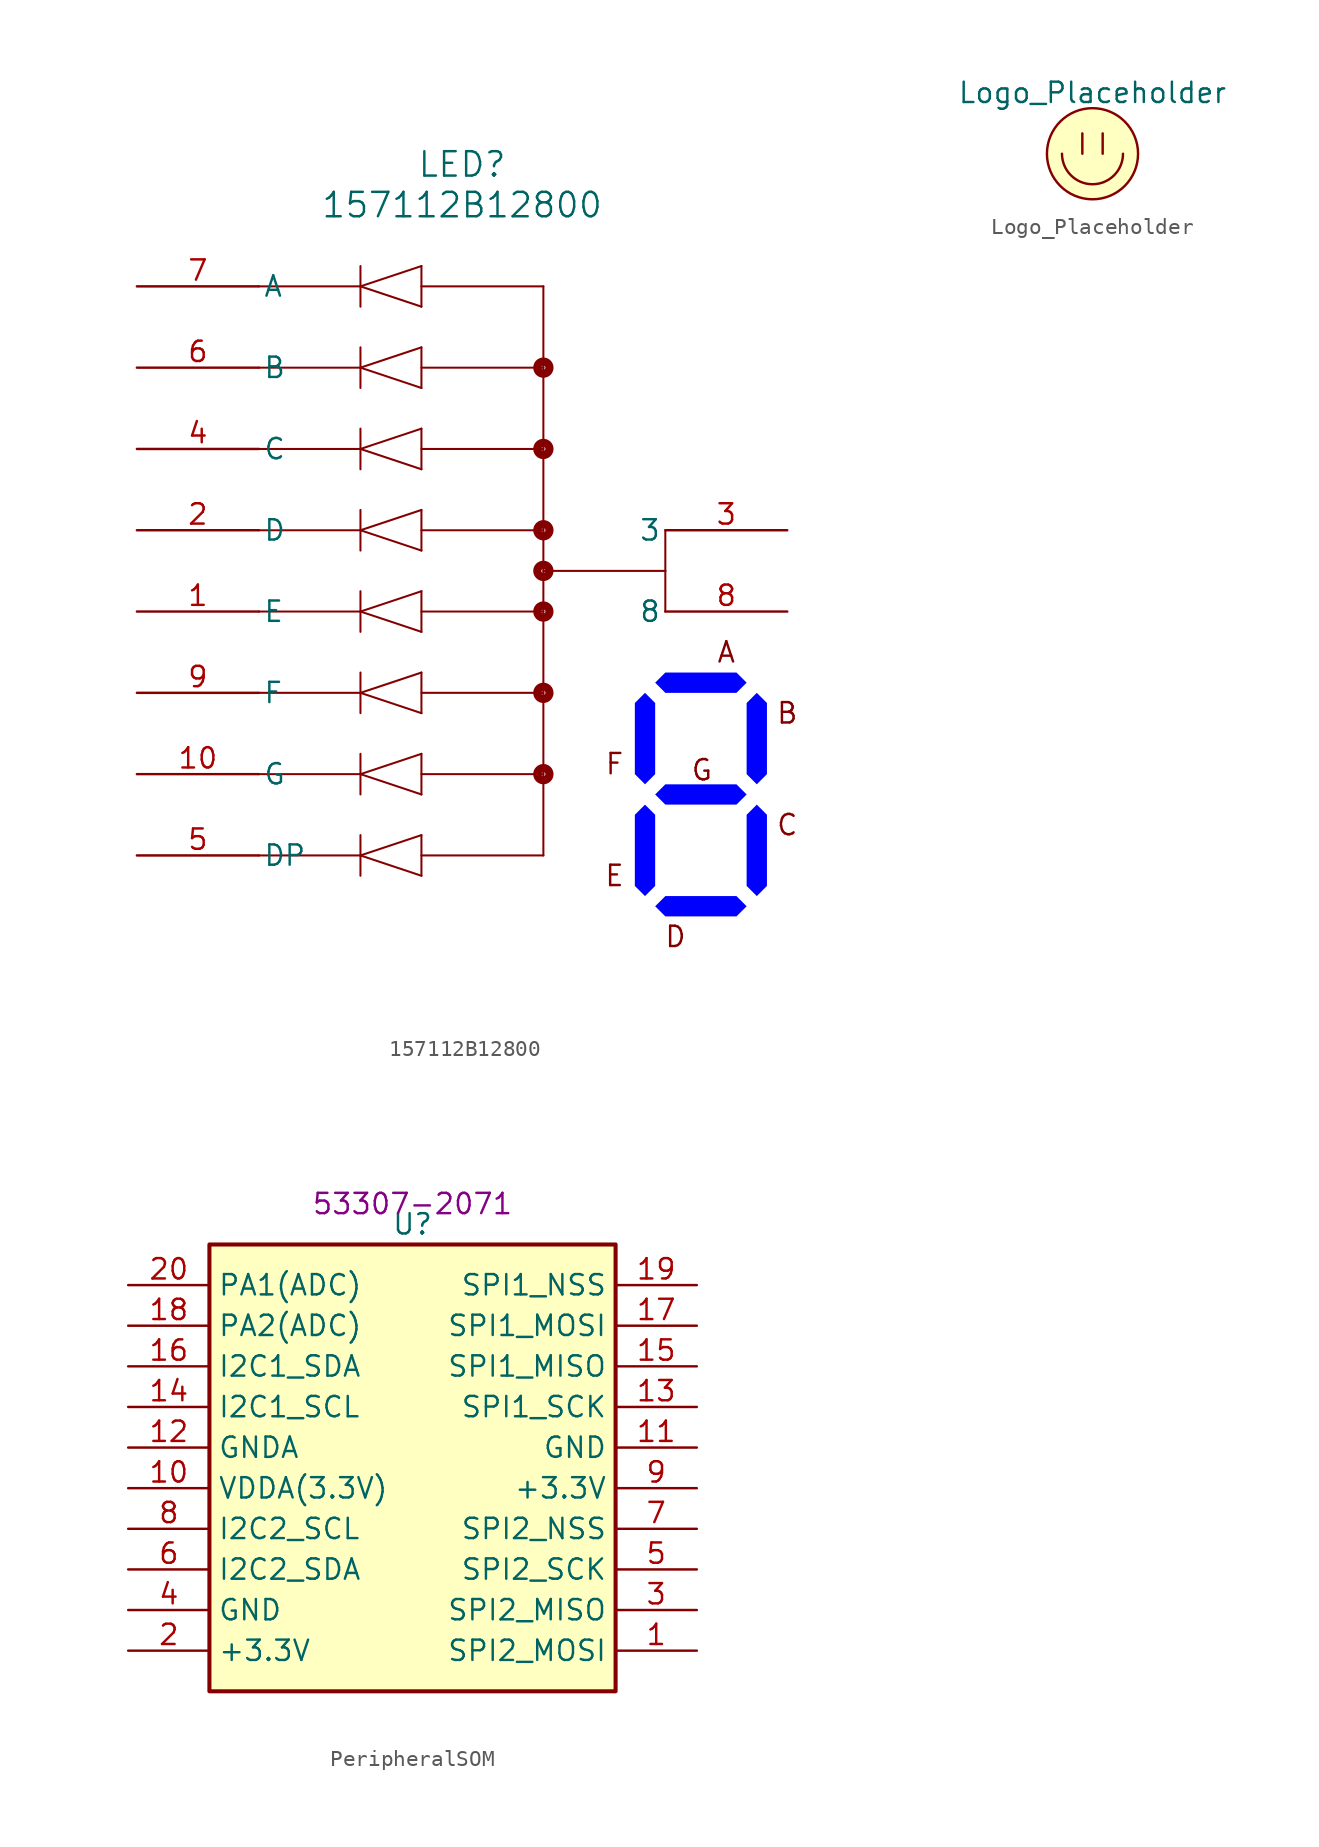
<source format=kicad_sym>
(kicad_symbol_lib
  (version 20220914)
  (generator kicad_symbol_editor)
  (symbol "157112B12800"
    (pin_names
      (offset 0.254))
    (property "Reference" "LED"
      (at 20.32 7.62 0)
      (effects (font (size 1.524 1.524))))
    (property "Value" "157112B12800"
      (at 20.32 5.08 0)
      (effects (font (size 1.524 1.524))))
    (symbol "157112B12800_0_1"
      (polyline (pts (xy 13.97 -36.83) (xy 13.97 -34.29)) (stroke (width 0.127) (type default)) (fill (type none)))
      (polyline (pts (xy 13.97 -35.56) (xy 7.62 -35.56)) (stroke (width 0.127) (type default)) (fill (type none)))
      (polyline (pts (xy 13.97 -35.56) (xy 17.78 -36.83)) (stroke (width 0.127) (type default)) (fill (type none)))
      (polyline (pts (xy 13.97 -35.56) (xy 17.78 -34.29)) (stroke (width 0.127) (type default)) (fill (type none)))
      (polyline (pts (xy 13.97 -31.75) (xy 13.97 -29.21)) (stroke (width 0.127) (type default)) (fill (type none)))
      (polyline (pts (xy 13.97 -30.48) (xy 7.62 -30.48)) (stroke (width 0.127) (type default)) (fill (type none)))
      (polyline (pts (xy 13.97 -30.48) (xy 17.78 -31.75)) (stroke (width 0.127) (type default)) (fill (type none)))
      (polyline (pts (xy 13.97 -30.48) (xy 17.78 -29.21)) (stroke (width 0.127) (type default)) (fill (type none)))
      (polyline (pts (xy 13.97 -26.67) (xy 13.97 -24.13)) (stroke (width 0.127) (type default)) (fill (type none)))
      (polyline (pts (xy 13.97 -25.4) (xy 7.62 -25.4)) (stroke (width 0.127) (type default)) (fill (type none)))
      (polyline (pts (xy 13.97 -25.4) (xy 17.78 -26.67)) (stroke (width 0.127) (type default)) (fill (type none)))
      (polyline (pts (xy 13.97 -25.4) (xy 17.78 -24.13)) (stroke (width 0.127) (type default)) (fill (type none)))
      (polyline (pts (xy 13.97 -21.59) (xy 13.97 -19.05)) (stroke (width 0.127) (type default)) (fill (type none)))
      (polyline (pts (xy 13.97 -20.32) (xy 7.62 -20.32)) (stroke (width 0.127) (type default)) (fill (type none)))
      (polyline (pts (xy 13.97 -20.32) (xy 17.78 -21.59)) (stroke (width 0.127) (type default)) (fill (type none)))
      (polyline (pts (xy 13.97 -20.32) (xy 17.78 -19.05)) (stroke (width 0.127) (type default)) (fill (type none)))
      (polyline (pts (xy 13.97 -16.51) (xy 13.97 -13.97)) (stroke (width 0.127) (type default)) (fill (type none)))
      (polyline (pts (xy 13.97 -15.24) (xy 7.62 -15.24)) (stroke (width 0.127) (type default)) (fill (type none)))
      (polyline (pts (xy 13.97 -15.24) (xy 17.78 -16.51)) (stroke (width 0.127) (type default)) (fill (type none)))
      (polyline (pts (xy 13.97 -15.24) (xy 17.78 -13.97)) (stroke (width 0.127) (type default)) (fill (type none)))
      (polyline (pts (xy 13.97 -11.43) (xy 13.97 -8.89)) (stroke (width 0.127) (type default)) (fill (type none)))
      (polyline (pts (xy 13.97 -10.16) (xy 7.62 -10.16)) (stroke (width 0.127) (type default)) (fill (type none)))
      (polyline (pts (xy 13.97 -10.16) (xy 17.78 -11.43)) (stroke (width 0.127) (type default)) (fill (type none)))
      (polyline (pts (xy 13.97 -10.16) (xy 17.78 -8.89)) (stroke (width 0.127) (type default)) (fill (type none)))
      (polyline (pts (xy 13.97 -6.35) (xy 13.97 -3.81)) (stroke (width 0.127) (type default)) (fill (type none)))
      (polyline (pts (xy 13.97 -5.08) (xy 7.62 -5.08)) (stroke (width 0.127) (type default)) (fill (type none)))
      (polyline (pts (xy 13.97 -5.08) (xy 17.78 -6.35)) (stroke (width 0.127) (type default)) (fill (type none)))
      (polyline (pts (xy 13.97 -5.08) (xy 17.78 -3.81)) (stroke (width 0.127) (type default)) (fill (type none)))
      (polyline (pts (xy 13.97 -1.27) (xy 13.97 1.27)) (stroke (width 0.127) (type default)) (fill (type none)))
      (polyline (pts (xy 13.97 0) (xy 7.62 0)) (stroke (width 0.127) (type default)) (fill (type none)))
      (polyline (pts (xy 13.97 0) (xy 17.78 -1.27)) (stroke (width 0.127) (type default)) (fill (type none)))
      (polyline (pts (xy 13.97 0) (xy 17.78 1.27)) (stroke (width 0.127) (type default)) (fill (type none)))
      (polyline (pts (xy 17.78 -36.83) (xy 17.78 -34.29)) (stroke (width 0.127) (type default)) (fill (type none)))
      (polyline (pts (xy 17.78 -31.75) (xy 17.78 -29.21)) (stroke (width 0.127) (type default)) (fill (type none)))
      (polyline (pts (xy 17.78 -26.67) (xy 17.78 -24.13)) (stroke (width 0.127) (type default)) (fill (type none)))
      (polyline (pts (xy 17.78 -21.59) (xy 17.78 -19.05)) (stroke (width 0.127) (type default)) (fill (type none)))
      (polyline (pts (xy 17.78 -16.51) (xy 17.78 -13.97)) (stroke (width 0.127) (type default)) (fill (type none)))
      (polyline (pts (xy 17.78 -11.43) (xy 17.78 -8.89)) (stroke (width 0.127) (type default)) (fill (type none)))
      (polyline (pts (xy 17.78 -6.35) (xy 17.78 -3.81)) (stroke (width 0.127) (type default)) (fill (type none)))
      (polyline (pts (xy 17.78 -1.27) (xy 17.78 1.27)) (stroke (width 0.127) (type default)) (fill (type none)))
      (polyline (pts (xy 25.4 -35.56) (xy 17.78 -35.56)) (stroke (width 0.127) (type default)) (fill (type none)))
      (polyline (pts (xy 25.4 -35.56) (xy 25.4 0)) (stroke (width 0.127) (type default)) (fill (type none)))
      (polyline (pts (xy 25.4 -30.48) (xy 17.78 -30.48)) (stroke (width 0.127) (type default)) (fill (type none)))
      (polyline (pts (xy 25.4 -25.4) (xy 17.78 -25.4)) (stroke (width 0.127) (type default)) (fill (type none)))
      (polyline (pts (xy 25.4 -20.32) (xy 17.78 -20.32)) (stroke (width 0.127) (type default)) (fill (type none)))
      (polyline (pts (xy 25.4 -15.24) (xy 17.78 -15.24)) (stroke (width 0.127) (type default)) (fill (type none)))
      (polyline (pts (xy 25.4 -10.16) (xy 17.78 -10.16)) (stroke (width 0.127) (type default)) (fill (type none)))
      (polyline (pts (xy 25.4 -5.08) (xy 17.78 -5.08)) (stroke (width 0.127) (type default)) (fill (type none)))
      (polyline (pts (xy 25.4 0) (xy 17.78 0)) (stroke (width 0.127) (type default)) (fill (type none)))
      (polyline (pts (xy 33.02 -17.78) (xy 25.4 -17.78)) (stroke (width 0.127) (type default)) (fill (type none)))
      (polyline (pts (xy 33.02 -17.78) (xy 33.02 -20.32)) (stroke (width 0.127) (type default)) (fill (type none)))
      (polyline (pts (xy 33.02 -17.78) (xy 33.02 -15.24)) (stroke (width 0.127) (type default)) (fill (type none)))
      (circle (center 25.4 -30.48) (radius 0.127) (stroke (width 0.508) (type default)) (fill (type none)))
      (circle (center 25.4 -25.4) (radius 0.127) (stroke (width 0.508) (type default)) (fill (type none)))
      (circle (center 25.4 -20.32) (radius 0.127) (stroke (width 0.508) (type default)) (fill (type none)))
      (circle (center 25.4 -17.78) (radius 0.127) (stroke (width 0.508) (type default)) (fill (type none)))
      (circle (center 25.4 -15.24) (radius 0.127) (stroke (width 0.508) (type default)) (fill (type none)))
      (circle (center 25.4 -10.16) (radius 0.127) (stroke (width 0.508) (type default)) (fill (type none)))
      (circle (center 25.4 -5.08) (radius 0.127) (stroke (width 0.508) (type default)) (fill (type none)))
      (pin unspecified line (at 0 -20.32 0) (length 7.62) (name "E" (effects (font (size 1.27 1.27)))) (number "1" (effects (font (size 1.27 1.27)))))
      (pin unspecified line (at 0 -30.48 0) (length 7.62) (name "G" (effects (font (size 1.27 1.27)))) (number "10" (effects (font (size 1.27 1.27)))))
      (pin unspecified line (at 0 -15.24 0) (length 7.62) (name "D" (effects (font (size 1.27 1.27)))) (number "2" (effects (font (size 1.27 1.27)))))
      (pin unspecified line (at 40.64 -15.24 180) (length 7.62) (name "3" (effects (font (size 1.27 1.27)))) (number "3" (effects (font (size 1.27 1.27)))))
      (pin unspecified line (at 0 -10.16 0) (length 7.62) (name "C" (effects (font (size 1.27 1.27)))) (number "4" (effects (font (size 1.27 1.27)))))
      (pin unspecified line (at 0 -35.56 0) (length 7.62) (name "DP" (effects (font (size 1.27 1.27)))) (number "5" (effects (font (size 1.27 1.27)))))
      (pin unspecified line (at 0 -5.08 0) (length 7.62) (name "B" (effects (font (size 1.27 1.27)))) (number "6" (effects (font (size 1.27 1.27)))))
      (pin unspecified line (at 0 0 0) (length 7.62) (name "A" (effects (font (size 1.27 1.27)))) (number "7" (effects (font (size 1.27 1.27)))))
      (pin unspecified line (at 40.64 -20.32 180) (length 7.62) (name "8" (effects (font (size 1.27 1.27)))) (number "8" (effects (font (size 1.27 1.27)))))
      (pin unspecified line (at 0 -25.4 0) (length 7.62) (name "F" (effects (font (size 1.27 1.27)))) (number "9" (effects (font (size 1.27 1.27))))))
    (symbol "157112B12800_1_1"
      (polyline (pts (xy 32.385 -33.02) (xy 31.75 -32.385) (xy 31.115 -33.02) (xy 31.115 -37.465) (xy 31.75 -38.1) (xy 32.385 -37.465) (xy 32.385 -33.02)) (stroke (width -0.0001) (type default)) (fill (type color) (color 0 0 255 1)))
      (polyline (pts (xy 32.385 -26.035) (xy 31.75 -25.4) (xy 31.115 -26.035) (xy 31.115 -30.48) (xy 31.75 -31.115) (xy 32.385 -30.48) (xy 32.385 -26.035)) (stroke (width -0.0001) (type default)) (fill (type color) (color 0 0 255 1)))
      (polyline (pts (xy 33.02 -24.13) (xy 32.385 -24.765) (xy 33.02 -25.4) (xy 37.465 -25.4) (xy 38.1 -24.765) (xy 37.465 -24.13) (xy 33.02 -24.13)) (stroke (width -0.0001) (type default)) (fill (type color) (color 0 0 255 1)))
      (polyline (pts (xy 37.465 -39.37) (xy 38.1 -38.735) (xy 37.465 -38.1) (xy 33.02 -38.1) (xy 32.385 -38.735) (xy 33.02 -39.37) (xy 37.465 -39.37)) (stroke (width -0.0001) (type default)) (fill (type color) (color 0 0 255 1)))
      (polyline (pts (xy 37.465 -32.385) (xy 38.1 -31.75) (xy 37.465 -31.115) (xy 33.02 -31.115) (xy 32.385 -31.75) (xy 33.02 -32.385) (xy 37.465 -32.385)) (stroke (width -0.0001) (type default)) (fill (type color) (color 0 0 255 1)))
      (polyline (pts (xy 38.1 -37.465) (xy 38.735 -38.1) (xy 39.37 -37.465) (xy 39.37 -33.02) (xy 38.735 -32.385) (xy 38.1 -33.02) (xy 38.1 -37.465)) (stroke (width -0.0001) (type default)) (fill (type color) (color 0 0 255 1)))
      (polyline (pts (xy 38.1 -30.48) (xy 38.735 -31.115) (xy 39.37 -30.48) (xy 39.37 -26.035) (xy 38.735 -25.4) (xy 38.1 -26.035) (xy 38.1 -30.48)) (stroke (width -0.0001) (type default)) (fill (type color) (color 0 0 255 1)))
      (text "A" (at 36.83 -22.86 0) (effects (font (size 1.27 1.27))))
      (text "B" (at 40.64 -26.67 0) (effects (font (size 1.27 1.27))))
      (text "C" (at 40.64 -33.655 0) (effects (font (size 1.27 1.27))))
      (text "D" (at 33.655 -40.64 0) (effects (font (size 1.27 1.27))))
      (text "E" (at 29.845 -36.83 0) (effects (font (size 1.27 1.27))))
      (text "F" (at 29.845 -29.845 0) (effects (font (size 1.27 1.27))))
      (text "G" (at 35.306 -30.226 0) (effects (font (size 1.27 1.27))))))
  (symbol "Logo_Placeholder"
    (pin_names
      (offset 1.016))
    (property "Reference" "LOGO"
      (at 0 3.81 0)
      (effects (font (size 1.27 1.27)) hide))
    (property "Value" "Logo_Placeholder"
      (at 0 3.81 0)
      (effects (font (size 1.27 1.27))))
    (symbol "Logo_Placeholder_0_1"
      (arc (start -1.905 0) (mid 0 -1.8967) (end 1.905 0) (stroke (width 0) (type solid)) (fill (type none)))
      (polyline (pts (xy -0.635 1.27) (xy -0.635 0)) (stroke (width 0) (type solid)) (fill (type none)))
      (polyline (pts (xy 0.635 1.27) (xy 0.635 0)) (stroke (width 0) (type solid)) (fill (type none)))
      (circle (center 0 0) (radius 2.845) (stroke (width 0) (type solid)) (fill (type background)))))
  (symbol "PeripheralSOM"
    (property "Reference" "U"
      (at 0 -1.27 0)
      (effects (font (size 1.27 1.27))))
    (property "Value" ""
      (at 0 0 0)
      (effects (font (size 1.27 1.27))))
    (property "P/N" "53307-2071"
      (at 0 0 0)
      (effects (font (size 1.27 1.27))))
    (symbol "PeripheralSOM_1_1"
      (rectangle (start -12.7 -2.54) (end 12.7 -30.48) (stroke (width 0.254) (type default)) (fill (type background)))
      (pin passive line (at 17.78 -27.94 180) (length 5.08) (name "SPI2_MOSI" (effects (font (size 1.27 1.27)))) (number "1" (effects (font (size 1.27 1.27)))))
      (pin passive line (at -17.78 -17.78 0) (length 5.08) (name "VDDA(3.3V)" (effects (font (size 1.27 1.27)))) (number "10" (effects (font (size 1.27 1.27)))))
      (pin output line (at 17.78 -15.24 180) (length 5.08) (name "GND" (effects (font (size 1.27 1.27)))) (number "11" (effects (font (size 1.27 1.27)))))
      (pin output line (at -17.78 -15.24 0) (length 5.08) (name "GNDA" (effects (font (size 1.27 1.27)))) (number "12" (effects (font (size 1.27 1.27)))))
      (pin passive line (at 17.78 -12.7 180) (length 5.08) (name "SPI1_SCK" (effects (font (size 1.27 1.27)))) (number "13" (effects (font (size 1.27 1.27)))))
      (pin passive line (at -17.78 -12.7 0) (length 5.08) (name "I2C1_SCL" (effects (font (size 1.27 1.27)))) (number "14" (effects (font (size 1.27 1.27)))))
      (pin passive line (at 17.78 -10.16 180) (length 5.08) (name "SPI1_MISO" (effects (font (size 1.27 1.27)))) (number "15" (effects (font (size 1.27 1.27)))))
      (pin passive line (at -17.78 -10.16 0) (length 5.08) (name "I2C1_SDA" (effects (font (size 1.27 1.27)))) (number "16" (effects (font (size 1.27 1.27)))))
      (pin passive line (at 17.78 -7.62 180) (length 5.08) (name "SPI1_MOSI" (effects (font (size 1.27 1.27)))) (number "17" (effects (font (size 1.27 1.27)))))
      (pin passive line (at -17.78 -7.62 0) (length 5.08) (name "PA2(ADC)" (effects (font (size 1.27 1.27)))) (number "18" (effects (font (size 1.27 1.27)))))
      (pin passive line (at 17.78 -5.08 180) (length 5.08) (name "SPI1_NSS" (effects (font (size 1.27 1.27)))) (number "19" (effects (font (size 1.27 1.27)))))
      (pin passive line (at -17.78 -27.94 0) (length 5.08) (name "+3.3V" (effects (font (size 1.27 1.27)))) (number "2" (effects (font (size 1.27 1.27)))))
      (pin passive line (at -17.78 -5.08 0) (length 5.08) (name "PA1(ADC)" (effects (font (size 1.27 1.27)))) (number "20" (effects (font (size 1.27 1.27)))))
      (pin passive line (at 17.78 -25.4 180) (length 5.08) (name "SPI2_MISO" (effects (font (size 1.27 1.27)))) (number "3" (effects (font (size 1.27 1.27)))))
      (pin output line (at -17.78 -25.4 0) (length 5.08) (name "GND" (effects (font (size 1.27 1.27)))) (number "4" (effects (font (size 1.27 1.27)))))
      (pin passive line (at 17.78 -22.86 180) (length 5.08) (name "SPI2_SCK" (effects (font (size 1.27 1.27)))) (number "5" (effects (font (size 1.27 1.27)))))
      (pin passive line (at -17.78 -22.86 0) (length 5.08) (name "I2C2_SDA" (effects (font (size 1.27 1.27)))) (number "6" (effects (font (size 1.27 1.27)))))
      (pin passive line (at 17.78 -20.32 180) (length 5.08) (name "SPI2_NSS" (effects (font (size 1.27 1.27)))) (number "7" (effects (font (size 1.27 1.27)))))
      (pin passive line (at -17.78 -20.32 0) (length 5.08) (name "I2C2_SCL" (effects (font (size 1.27 1.27)))) (number "8" (effects (font (size 1.27 1.27)))))
      (pin output line (at 17.78 -17.78 180) (length 5.08) (name "+3.3V" (effects (font (size 1.27 1.27)))) (number "9" (effects (font (size 1.27 1.27))))))))
</source>
